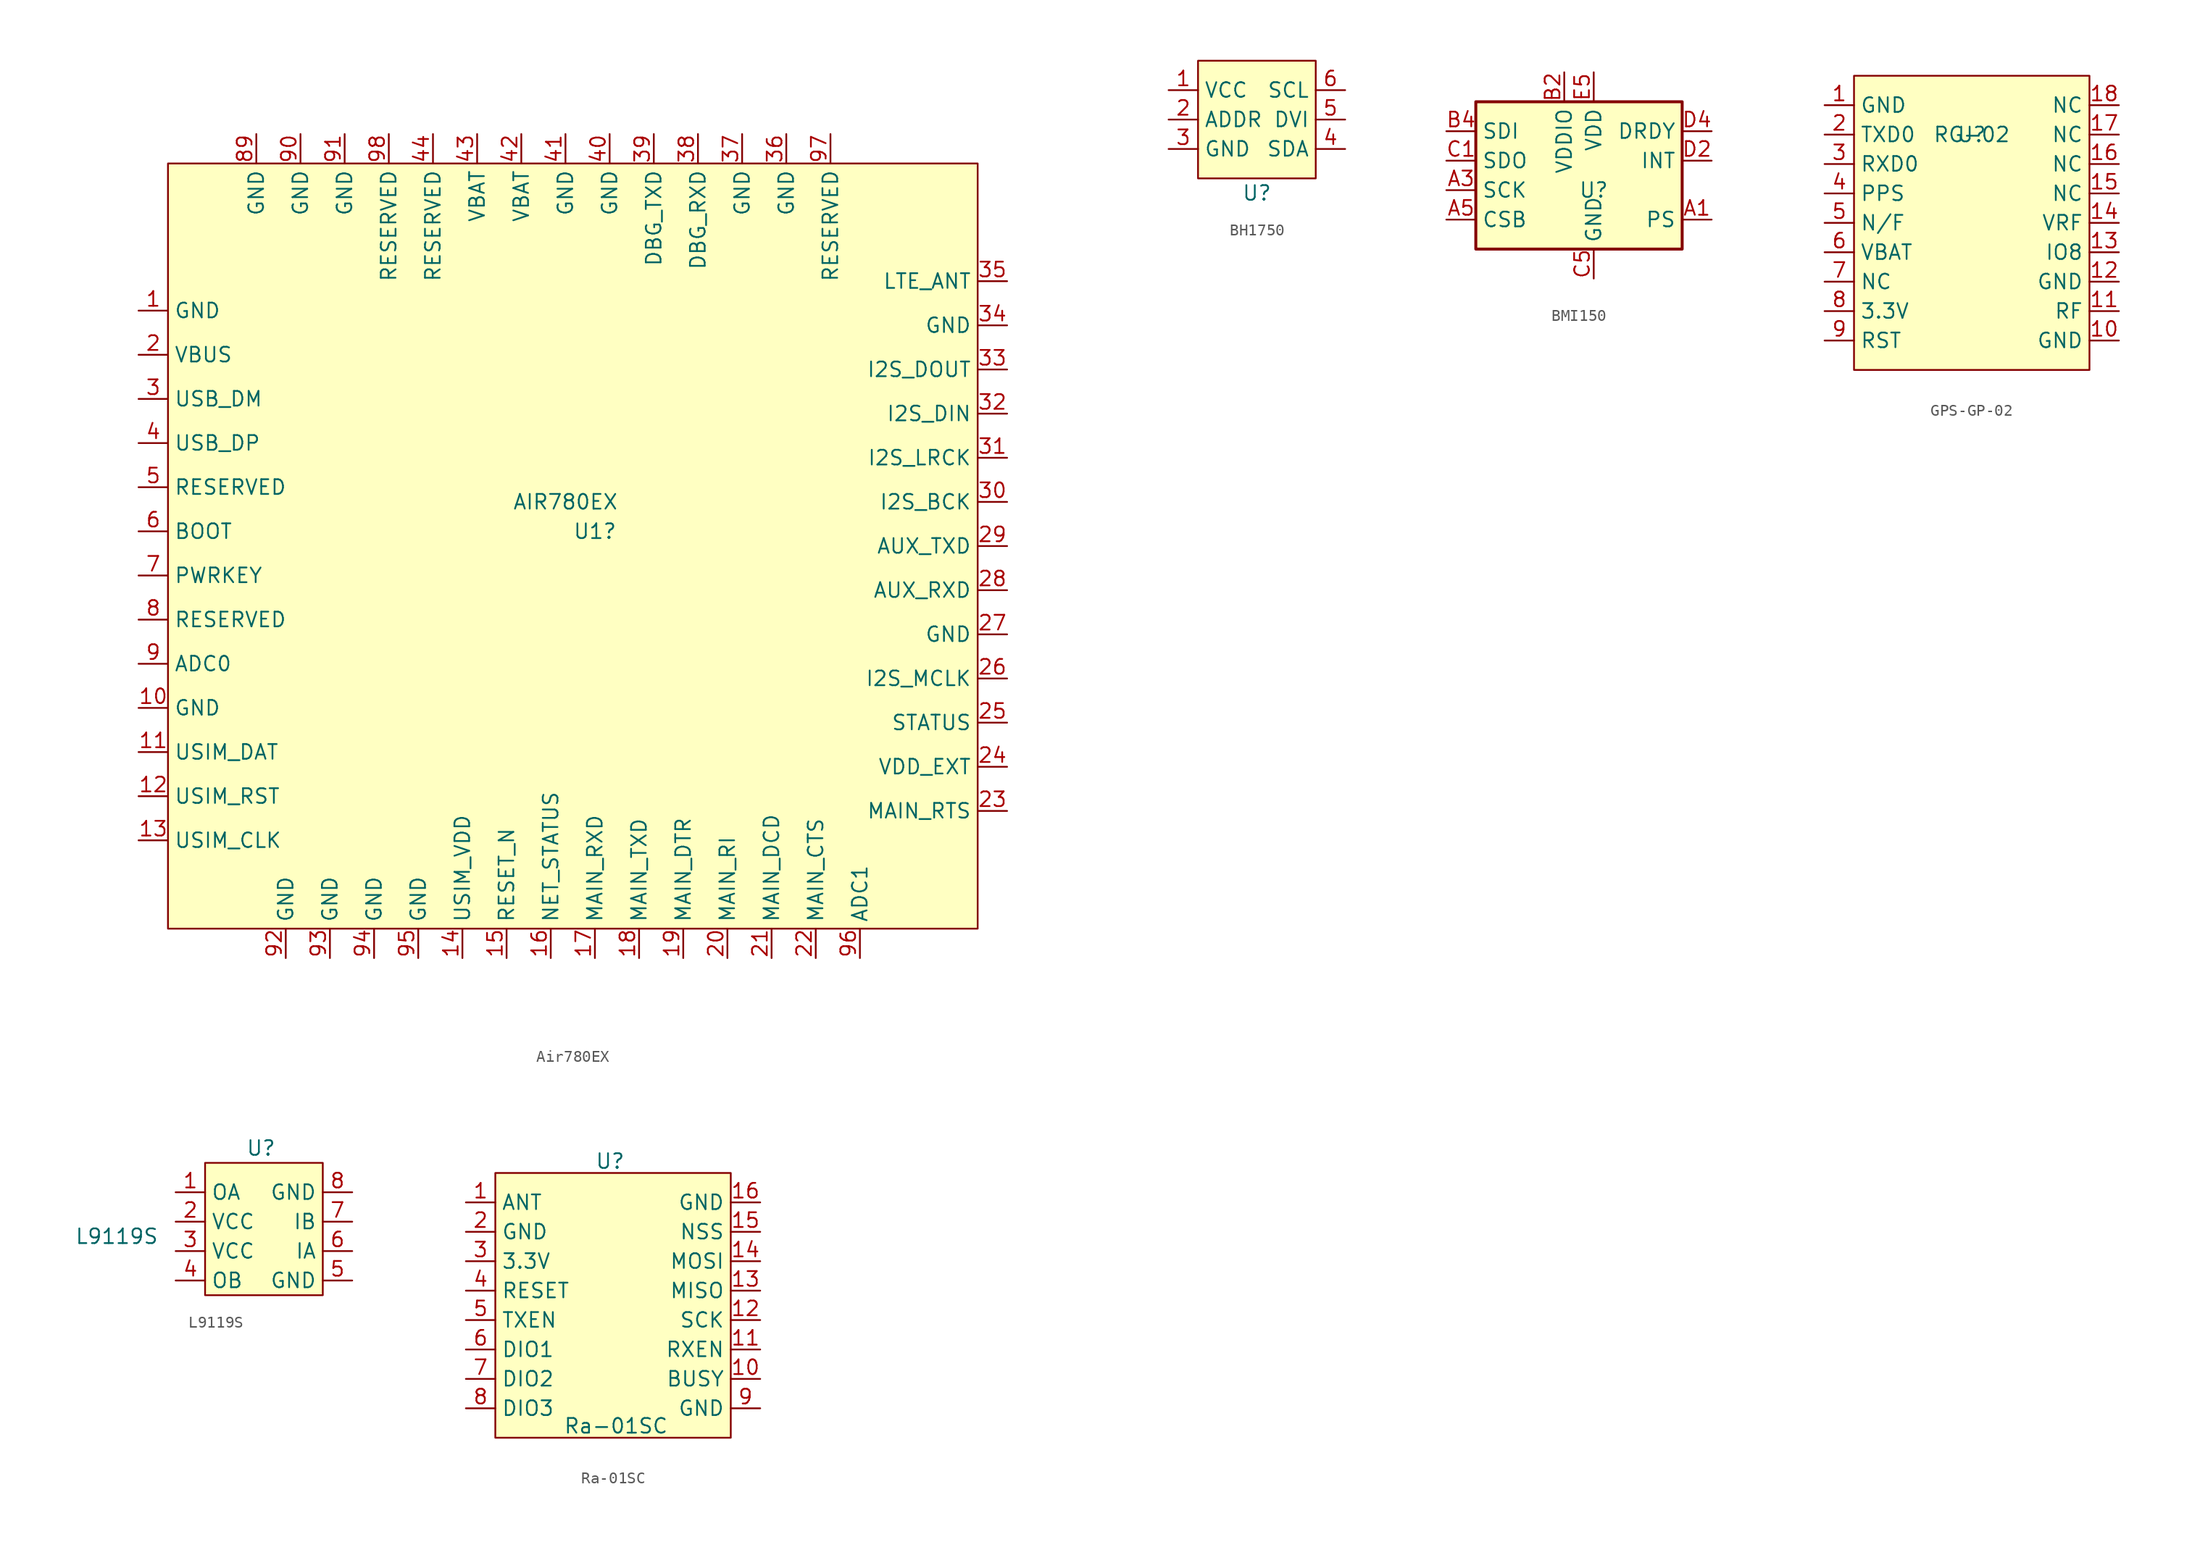
<source format=kicad_sym>
(kicad_symbol_lib
  (version 20241209)
  (generator "kicad_symbol_editor")
  (generator_version "9.0")
  (symbol "Air780EX"
    (property "Reference" "U1"
      (at 5.08 1.27 0)
      (effects (font (size 1.27 1.27))))
    (property "Value" "AIR780EX"
      (at 2.54 3.81 0)
      (effects (font (size 1.27 1.27))))
    (symbol "Air780EX_1_1"
      (rectangle (start -31.75 33.02) (end 38.1 -33.02) (stroke (width 0) (type default)) (fill (type background)))
      (pin bidirectional line (at -34.29 20.32 0) (length 2.54) (name "GND" (effects (font (size 1.27 1.27)))) (number "1" (effects (font (size 1.27 1.27)))))
      (pin bidirectional line (at -34.29 16.51 0) (length 2.54) (name "VBUS" (effects (font (size 1.27 1.27)))) (number "2" (effects (font (size 1.27 1.27)))))
      (pin bidirectional line (at -34.29 12.7 0) (length 2.54) (name "USB_DM" (effects (font (size 1.27 1.27)))) (number "3" (effects (font (size 1.27 1.27)))))
      (pin bidirectional line (at -34.29 8.89 0) (length 2.54) (name "USB_DP" (effects (font (size 1.27 1.27)))) (number "4" (effects (font (size 1.27 1.27)))))
      (pin bidirectional line (at -34.29 5.08 0) (length 2.54) (name "RESERVED" (effects (font (size 1.27 1.27)))) (number "5" (effects (font (size 1.27 1.27)))))
      (pin bidirectional line (at -34.29 1.27 0) (length 2.54) (name "BOOT" (effects (font (size 1.27 1.27)))) (number "6" (effects (font (size 1.27 1.27)))))
      (pin bidirectional line (at -34.29 -2.54 0) (length 2.54) (name "PWRKEY" (effects (font (size 1.27 1.27)))) (number "7" (effects (font (size 1.27 1.27)))))
      (pin bidirectional line (at -34.29 -6.35 0) (length 2.54) (name "RESERVED" (effects (font (size 1.27 1.27)))) (number "8" (effects (font (size 1.27 1.27)))))
      (pin bidirectional line (at -34.29 -10.16 0) (length 2.54) (name "ADC0" (effects (font (size 1.27 1.27)))) (number "9" (effects (font (size 1.27 1.27)))))
      (pin bidirectional line (at -34.29 -13.97 0) (length 2.54) (name "GND" (effects (font (size 1.27 1.27)))) (number "10" (effects (font (size 1.27 1.27)))))
      (pin bidirectional line (at -34.29 -17.78 0) (length 2.54) (name "USIM_DAT" (effects (font (size 1.27 1.27)))) (number "11" (effects (font (size 1.27 1.27)))))
      (pin bidirectional line (at -34.29 -21.59 0) (length 2.54) (name "USIM_RST" (effects (font (size 1.27 1.27)))) (number "12" (effects (font (size 1.27 1.27)))))
      (pin bidirectional line (at -34.29 -25.4 0) (length 2.54) (name "USIM_CLK" (effects (font (size 1.27 1.27)))) (number "13" (effects (font (size 1.27 1.27)))))
      (pin bidirectional line (at -24.13 35.56 270) (length 2.54) (name "GND" (effects (font (size 1.27 1.27)))) (number "89" (effects (font (size 1.27 1.27)))))
      (pin bidirectional line (at -21.59 -35.56 90) (length 2.54) (name "GND" (effects (font (size 1.27 1.27)))) (number "92" (effects (font (size 1.27 1.27)))))
      (pin bidirectional line (at -20.32 35.56 270) (length 2.54) (name "GND" (effects (font (size 1.27 1.27)))) (number "90" (effects (font (size 1.27 1.27)))))
      (pin bidirectional line (at -17.78 -35.56 90) (length 2.54) (name "GND" (effects (font (size 1.27 1.27)))) (number "93" (effects (font (size 1.27 1.27)))))
      (pin bidirectional line (at -16.51 35.56 270) (length 2.54) (name "GND" (effects (font (size 1.27 1.27)))) (number "91" (effects (font (size 1.27 1.27)))))
      (pin bidirectional line (at -13.97 -35.56 90) (length 2.54) (name "GND" (effects (font (size 1.27 1.27)))) (number "94" (effects (font (size 1.27 1.27)))))
      (pin bidirectional line (at -12.7 35.56 270) (length 2.54) (name "RESERVED" (effects (font (size 1.27 1.27)))) (number "98" (effects (font (size 1.27 1.27)))))
      (pin bidirectional line (at -10.16 -35.56 90) (length 2.54) (name "GND" (effects (font (size 1.27 1.27)))) (number "95" (effects (font (size 1.27 1.27)))))
      (pin bidirectional line (at -8.89 35.56 270) (length 2.54) (name "RESERVED" (effects (font (size 1.27 1.27)))) (number "44" (effects (font (size 1.27 1.27)))))
      (pin bidirectional line (at -6.35 -35.56 90) (length 2.54) (name "USIM_VDD" (effects (font (size 1.27 1.27)))) (number "14" (effects (font (size 1.27 1.27)))))
      (pin bidirectional line (at -5.08 35.56 270) (length 2.54) (name "VBAT" (effects (font (size 1.27 1.27)))) (number "43" (effects (font (size 1.27 1.27)))))
      (pin bidirectional line (at -2.54 -35.56 90) (length 2.54) (name "RESET_N" (effects (font (size 1.27 1.27)))) (number "15" (effects (font (size 1.27 1.27)))))
      (pin bidirectional line (at -1.27 35.56 270) (length 2.54) (name "VBAT" (effects (font (size 1.27 1.27)))) (number "42" (effects (font (size 1.27 1.27)))))
      (pin bidirectional line (at 1.27 -35.56 90) (length 2.54) (name "NET_STATUS" (effects (font (size 1.27 1.27)))) (number "16" (effects (font (size 1.27 1.27)))))
      (pin bidirectional line (at 2.54 35.56 270) (length 2.54) (name "GND" (effects (font (size 1.27 1.27)))) (number "41" (effects (font (size 1.27 1.27)))))
      (pin bidirectional line (at 5.08 -35.56 90) (length 2.54) (name "MAIN_RXD" (effects (font (size 1.27 1.27)))) (number "17" (effects (font (size 1.27 1.27)))))
      (pin bidirectional line (at 6.35 35.56 270) (length 2.54) (name "GND" (effects (font (size 1.27 1.27)))) (number "40" (effects (font (size 1.27 1.27)))))
      (pin bidirectional line (at 8.89 -35.56 90) (length 2.54) (name "MAIN_TXD" (effects (font (size 1.27 1.27)))) (number "18" (effects (font (size 1.27 1.27)))))
      (pin bidirectional line (at 10.16 35.56 270) (length 2.54) (name "DBG_TXD" (effects (font (size 1.27 1.27)))) (number "39" (effects (font (size 1.27 1.27)))))
      (pin bidirectional line (at 12.7 -35.56 90) (length 2.54) (name "MAIN_DTR" (effects (font (size 1.27 1.27)))) (number "19" (effects (font (size 1.27 1.27)))))
      (pin bidirectional line (at 13.97 35.56 270) (length 2.54) (name "DBG_RXD" (effects (font (size 1.27 1.27)))) (number "38" (effects (font (size 1.27 1.27)))))
      (pin bidirectional line (at 16.51 -35.56 90) (length 2.54) (name "MAIN_RI" (effects (font (size 1.27 1.27)))) (number "20" (effects (font (size 1.27 1.27)))))
      (pin bidirectional line (at 17.78 35.56 270) (length 2.54) (name "GND" (effects (font (size 1.27 1.27)))) (number "37" (effects (font (size 1.27 1.27)))))
      (pin bidirectional line (at 20.32 -35.56 90) (length 2.54) (name "MAIN_DCD" (effects (font (size 1.27 1.27)))) (number "21" (effects (font (size 1.27 1.27)))))
      (pin bidirectional line (at 21.59 35.56 270) (length 2.54) (name "GND" (effects (font (size 1.27 1.27)))) (number "36" (effects (font (size 1.27 1.27)))))
      (pin bidirectional line (at 24.13 -35.56 90) (length 2.54) (name "MAIN_CTS" (effects (font (size 1.27 1.27)))) (number "22" (effects (font (size 1.27 1.27)))))
      (pin bidirectional line (at 25.4 35.56 270) (length 2.54) (name "RESERVED" (effects (font (size 1.27 1.27)))) (number "97" (effects (font (size 1.27 1.27)))))
      (pin bidirectional line (at 27.94 -35.56 90) (length 2.54) (name "ADC1" (effects (font (size 1.27 1.27)))) (number "96" (effects (font (size 1.27 1.27)))))
      (pin bidirectional line (at 40.64 22.86 180) (length 2.54) (name "LTE_ANT" (effects (font (size 1.27 1.27)))) (number "35" (effects (font (size 1.27 1.27)))))
      (pin bidirectional line (at 40.64 19.05 180) (length 2.54) (name "GND" (effects (font (size 1.27 1.27)))) (number "34" (effects (font (size 1.27 1.27)))))
      (pin bidirectional line (at 40.64 15.24 180) (length 2.54) (name "I2S_DOUT" (effects (font (size 1.27 1.27)))) (number "33" (effects (font (size 1.27 1.27)))))
      (pin bidirectional line (at 40.64 11.43 180) (length 2.54) (name "I2S_DIN" (effects (font (size 1.27 1.27)))) (number "32" (effects (font (size 1.27 1.27)))))
      (pin bidirectional line (at 40.64 7.62 180) (length 2.54) (name "I2S_LRCK" (effects (font (size 1.27 1.27)))) (number "31" (effects (font (size 1.27 1.27)))))
      (pin bidirectional line (at 40.64 3.81 180) (length 2.54) (name "I2S_BCK" (effects (font (size 1.27 1.27)))) (number "30" (effects (font (size 1.27 1.27)))))
      (pin bidirectional line (at 40.64 0 180) (length 2.54) (name "AUX_TXD" (effects (font (size 1.27 1.27)))) (number "29" (effects (font (size 1.27 1.27)))))
      (pin bidirectional line (at 40.64 -3.81 180) (length 2.54) (name "AUX_RXD" (effects (font (size 1.27 1.27)))) (number "28" (effects (font (size 1.27 1.27)))))
      (pin bidirectional line (at 40.64 -7.62 180) (length 2.54) (name "GND" (effects (font (size 1.27 1.27)))) (number "27" (effects (font (size 1.27 1.27)))))
      (pin bidirectional line (at 40.64 -11.43 180) (length 2.54) (name "I2S_MCLK" (effects (font (size 1.27 1.27)))) (number "26" (effects (font (size 1.27 1.27)))))
      (pin bidirectional line (at 40.64 -15.24 180) (length 2.54) (name "STATUS" (effects (font (size 1.27 1.27)))) (number "25" (effects (font (size 1.27 1.27)))))
      (pin bidirectional line (at 40.64 -19.05 180) (length 2.54) (name "VDD_EXT" (effects (font (size 1.27 1.27)))) (number "24" (effects (font (size 1.27 1.27)))))
      (pin bidirectional line (at 40.64 -22.86 180) (length 2.54) (name "MAIN_RTS" (effects (font (size 1.27 1.27)))) (number "23" (effects (font (size 1.27 1.27)))))))
  (symbol "BH1750"
    (property "Reference" "U"
      (at 0 0 0)
      (effects (font (size 1.27 1.27))))
    (property "Value" ""
      (at 0 0 0)
      (effects (font (size 1.27 1.27))))
    (symbol "BH1750_0_0"
      (pin unspecified line (at -7.62 8.89 0) (length 2.54) (name "VCC" (effects (font (size 1.27 1.27)))) (number "1" (effects (font (size 1.27 1.27)))))
      (pin unspecified line (at -7.62 6.35 0) (length 2.54) (name "ADDR" (effects (font (size 1.27 1.27)))) (number "2" (effects (font (size 1.27 1.27)))))
      (pin unspecified line (at -7.62 3.81 0) (length 2.54) (name "GND" (effects (font (size 1.27 1.27)))) (number "3" (effects (font (size 1.27 1.27)))))
      (pin unspecified line (at 7.62 8.89 180) (length 2.54) (name "SCL" (effects (font (size 1.27 1.27)))) (number "6" (effects (font (size 1.27 1.27)))))
      (pin unspecified line (at 7.62 6.35 180) (length 2.54) (name "DVI" (effects (font (size 1.27 1.27)))) (number "5" (effects (font (size 1.27 1.27)))))
      (pin unspecified line (at 7.62 3.81 180) (length 2.54) (name "SDA" (effects (font (size 1.27 1.27)))) (number "4" (effects (font (size 1.27 1.27))))))
    (symbol "BH1750_1_1"
      (rectangle (start -5.08 11.43) (end 5.08 1.27) (stroke (width 0) (type default)) (fill (type background)))))
  (symbol "BMI150"
    (property "Reference" "U"
      (at 0 0 0)
      (effects (font (size 1.27 1.27))))
    (property "Value" ""
      (at 0 0 0)
      (effects (font (size 1.27 1.27))))
    (symbol "BMI150_0_1"
      (rectangle (start -10.16 7.62) (end 7.62 -5.08) (stroke (width 0.254) (type default)) (fill (type background))))
    (symbol "BMI150_1_1"
      (pin bidirectional line (at -12.7 5.08 0) (length 2.54) (name "SDI" (effects (font (size 1.27 1.27)))) (number "B4" (effects (font (size 1.27 1.27)))))
      (pin bidirectional line (at -12.7 2.54 0) (length 2.54) (name "SDO" (effects (font (size 1.27 1.27)))) (number "C1" (effects (font (size 1.27 1.27)))))
      (pin bidirectional line (at -12.7 0 0) (length 2.54) (name "SCK" (effects (font (size 1.27 1.27)))) (number "A3" (effects (font (size 1.27 1.27)))))
      (pin input line (at -12.7 -2.54 0) (length 2.54) (name "CSB" (effects (font (size 1.27 1.27)))) (number "A5" (effects (font (size 1.27 1.27)))))
      (pin power_in line (at -2.54 10.16 270) (length 2.54) (name "VDDIO" (effects (font (size 1.27 1.27)))) (number "B2" (effects (font (size 1.27 1.27)))))
      (pin power_in line (at 0 10.16 270) (length 2.54) (name "VDD" (effects (font (size 1.27 1.27)))) (number "E5" (effects (font (size 1.27 1.27)))))
      (pin power_in line (at 0 -7.62 90) (length 2.54) (name "GND" (effects (font (size 1.27 1.27)))) (number "C5" (effects (font (size 1.27 1.27)))))
      (pin passive line (at 0 -7.62 90) (length 2.54) (hide yes) (name "GND" (effects (font (size 1.27 1.27)))) (number "E1" (effects (font (size 1.27 1.27)))))
      (pin passive line (at 0 -7.62 90) (length 2.54) (hide yes) (name "GND" (effects (font (size 1.27 1.27)))) (number "E3" (effects (font (size 1.27 1.27)))))
      (pin output line (at 10.16 5.08 180) (length 2.54) (name "DRDY" (effects (font (size 1.27 1.27)))) (number "D4" (effects (font (size 1.27 1.27)))))
      (pin output line (at 10.16 2.54 180) (length 2.54) (name "INT" (effects (font (size 1.27 1.27)))) (number "D2" (effects (font (size 1.27 1.27)))))
      (pin input line (at 10.16 -2.54 180) (length 2.54) (name "PS" (effects (font (size 1.27 1.27)))) (number "A1" (effects (font (size 1.27 1.27)))))))
  (symbol "GPS-GP-02"
    (property "Reference" "U"
      (at 0 1.27 0)
      (effects (font (size 1.27 1.27))))
    (property "Value" "RG-02"
      (at 0 1.27 0)
      (effects (font (size 1.27 1.27))))
    (symbol "GPS-GP-02_0_0"
      (pin passive line (at -12.7 3.81 0) (length 2.54) (name "GND" (effects (font (size 1.27 1.27)))) (number "1" (effects (font (size 1.27 1.27)))))
      (pin passive line (at -12.7 1.27 0) (length 2.54) (name "TXD0" (effects (font (size 1.27 1.27)))) (number "2" (effects (font (size 1.27 1.27)))))
      (pin passive line (at -12.7 -1.27 0) (length 2.54) (name "RXD0" (effects (font (size 1.27 1.27)))) (number "3" (effects (font (size 1.27 1.27)))))
      (pin passive line (at -12.7 -3.81 0) (length 2.54) (name "PPS" (effects (font (size 1.27 1.27)))) (number "4" (effects (font (size 1.27 1.27)))))
      (pin passive line (at -12.7 -6.35 0) (length 2.54) (name "N/F" (effects (font (size 1.27 1.27)))) (number "5" (effects (font (size 1.27 1.27)))))
      (pin passive line (at -12.7 -8.89 0) (length 2.54) (name "VBAT" (effects (font (size 1.27 1.27)))) (number "6" (effects (font (size 1.27 1.27)))))
      (pin passive line (at -12.7 -11.43 0) (length 2.54) (name "NC" (effects (font (size 1.27 1.27)))) (number "7" (effects (font (size 1.27 1.27)))))
      (pin passive line (at -12.7 -13.97 0) (length 2.54) (name "3.3V" (effects (font (size 1.27 1.27)))) (number "8" (effects (font (size 1.27 1.27)))))
      (pin passive line (at -12.7 -16.51 0) (length 2.54) (name "RST" (effects (font (size 1.27 1.27)))) (number "9" (effects (font (size 1.27 1.27)))))
      (pin passive line (at 12.7 3.81 180) (length 2.54) (name "NC" (effects (font (size 1.27 1.27)))) (number "18" (effects (font (size 1.27 1.27)))))
      (pin passive line (at 12.7 1.27 180) (length 2.54) (name "NC" (effects (font (size 1.27 1.27)))) (number "17" (effects (font (size 1.27 1.27)))))
      (pin passive line (at 12.7 -1.27 180) (length 2.54) (name "NC" (effects (font (size 1.27 1.27)))) (number "16" (effects (font (size 1.27 1.27)))))
      (pin passive line (at 12.7 -3.81 180) (length 2.54) (name "NC" (effects (font (size 1.27 1.27)))) (number "15" (effects (font (size 1.27 1.27)))))
      (pin passive line (at 12.7 -6.35 180) (length 2.54) (name "VRF" (effects (font (size 1.27 1.27)))) (number "14" (effects (font (size 1.27 1.27)))))
      (pin passive line (at 12.7 -8.89 180) (length 2.54) (name "IO8" (effects (font (size 1.27 1.27)))) (number "13" (effects (font (size 1.27 1.27)))))
      (pin passive line (at 12.7 -11.43 180) (length 2.54) (name "GND" (effects (font (size 1.27 1.27)))) (number "12" (effects (font (size 1.27 1.27)))))
      (pin passive line (at 12.7 -13.97 180) (length 2.54) (name "RF" (effects (font (size 1.27 1.27)))) (number "11" (effects (font (size 1.27 1.27)))))
      (pin passive line (at 12.7 -16.51 180) (length 2.54) (name "GND" (effects (font (size 1.27 1.27)))) (number "10" (effects (font (size 1.27 1.27))))))
    (symbol "GPS-GP-02_1_1"
      (rectangle (start -10.16 6.35) (end 10.16 -19.05) (stroke (width 0) (type default)) (fill (type background)))))
  (symbol "L9119S"
    (property "Reference" "U"
      (at -0.254 7.62 0)
      (effects (font (size 1.27 1.27))))
    (property "Value" "L9119S"
      (at -12.7 0 0)
      (effects (font (size 1.27 1.27))))
    (symbol "L9119S_0_0"
      (pin passive line (at -7.62 3.81 0) (length 2.54) (name "OA" (effects (font (size 1.27 1.27)))) (number "1" (effects (font (size 1.27 1.27)))))
      (pin passive line (at -7.62 1.27 0) (length 2.54) (name "VCC" (effects (font (size 1.27 1.27)))) (number "2" (effects (font (size 1.27 1.27)))))
      (pin passive line (at -7.62 -1.27 0) (length 2.54) (name "VCC" (effects (font (size 1.27 1.27)))) (number "3" (effects (font (size 1.27 1.27)))))
      (pin passive line (at -7.62 -3.81 0) (length 2.54) (name "OB" (effects (font (size 1.27 1.27)))) (number "4" (effects (font (size 1.27 1.27)))))
      (pin passive line (at 7.62 3.81 180) (length 2.54) (name "GND" (effects (font (size 1.27 1.27)))) (number "8" (effects (font (size 1.27 1.27)))))
      (pin passive line (at 7.62 1.27 180) (length 2.54) (name "IB" (effects (font (size 1.27 1.27)))) (number "7" (effects (font (size 1.27 1.27)))))
      (pin passive line (at 7.62 -1.27 180) (length 2.54) (name "IA" (effects (font (size 1.27 1.27)))) (number "6" (effects (font (size 1.27 1.27)))))
      (pin passive line (at 7.62 -3.81 180) (length 2.54) (name "GND" (effects (font (size 1.27 1.27)))) (number "5" (effects (font (size 1.27 1.27))))))
    (symbol "L9119S_1_1"
      (rectangle (start -5.08 6.35) (end 5.08 -5.08) (stroke (width 0) (type default)) (fill (type background)))))
  (symbol "Ra-01SC"
    (property "Reference" "U"
      (at 2.286 11.176 0)
      (effects (font (size 1.27 1.27))))
    (property "Value" "Ra-01SC"
      (at 2.794 -11.684 0)
      (effects (font (size 1.27 1.27))))
    (symbol "Ra-01SC_0_0"
      (pin passive line (at -10.16 7.62 0) (length 2.54) (name "ANT" (effects (font (size 1.27 1.27)))) (number "1" (effects (font (size 1.27 1.27)))))
      (pin passive line (at -10.16 5.08 0) (length 2.54) (name "GND" (effects (font (size 1.27 1.27)))) (number "2" (effects (font (size 1.27 1.27)))))
      (pin passive line (at -10.16 2.54 0) (length 2.54) (name "3.3V" (effects (font (size 1.27 1.27)))) (number "3" (effects (font (size 1.27 1.27)))))
      (pin passive line (at -10.16 0 0) (length 2.54) (name "RESET" (effects (font (size 1.27 1.27)))) (number "4" (effects (font (size 1.27 1.27)))))
      (pin passive line (at -10.16 -2.54 0) (length 2.54) (name "TXEN" (effects (font (size 1.27 1.27)))) (number "5" (effects (font (size 1.27 1.27)))))
      (pin passive line (at -10.16 -5.08 0) (length 2.54) (name "DIO1" (effects (font (size 1.27 1.27)))) (number "6" (effects (font (size 1.27 1.27)))))
      (pin passive line (at -10.16 -7.62 0) (length 2.54) (name "DIO2" (effects (font (size 1.27 1.27)))) (number "7" (effects (font (size 1.27 1.27)))))
      (pin passive line (at -10.16 -10.16 0) (length 2.54) (name "DIO3" (effects (font (size 1.27 1.27)))) (number "8" (effects (font (size 1.27 1.27)))))
      (pin passive line (at 15.24 7.62 180) (length 2.54) (name "GND" (effects (font (size 1.27 1.27)))) (number "16" (effects (font (size 1.27 1.27)))))
      (pin passive line (at 15.24 5.08 180) (length 2.54) (name "NSS" (effects (font (size 1.27 1.27)))) (number "15" (effects (font (size 1.27 1.27)))))
      (pin passive line (at 15.24 2.54 180) (length 2.54) (name "MOSI" (effects (font (size 1.27 1.27)))) (number "14" (effects (font (size 1.27 1.27)))))
      (pin passive line (at 15.24 0 180) (length 2.54) (name "MISO" (effects (font (size 1.27 1.27)))) (number "13" (effects (font (size 1.27 1.27)))))
      (pin passive line (at 15.24 -2.54 180) (length 2.54) (name "SCK" (effects (font (size 1.27 1.27)))) (number "12" (effects (font (size 1.27 1.27)))))
      (pin passive line (at 15.24 -5.08 180) (length 2.54) (name "RXEN" (effects (font (size 1.27 1.27)))) (number "11" (effects (font (size 1.27 1.27)))))
      (pin passive line (at 15.24 -7.62 180) (length 2.54) (name "BUSY" (effects (font (size 1.27 1.27)))) (number "10" (effects (font (size 1.27 1.27)))))
      (pin passive line (at 15.24 -10.16 180) (length 2.54) (name "GND" (effects (font (size 1.27 1.27)))) (number "9" (effects (font (size 1.27 1.27))))))
    (symbol "Ra-01SC_1_1"
      (rectangle (start -7.62 10.16) (end 12.7 -12.7) (stroke (width 0) (type default)) (fill (type background))))))
</source>
